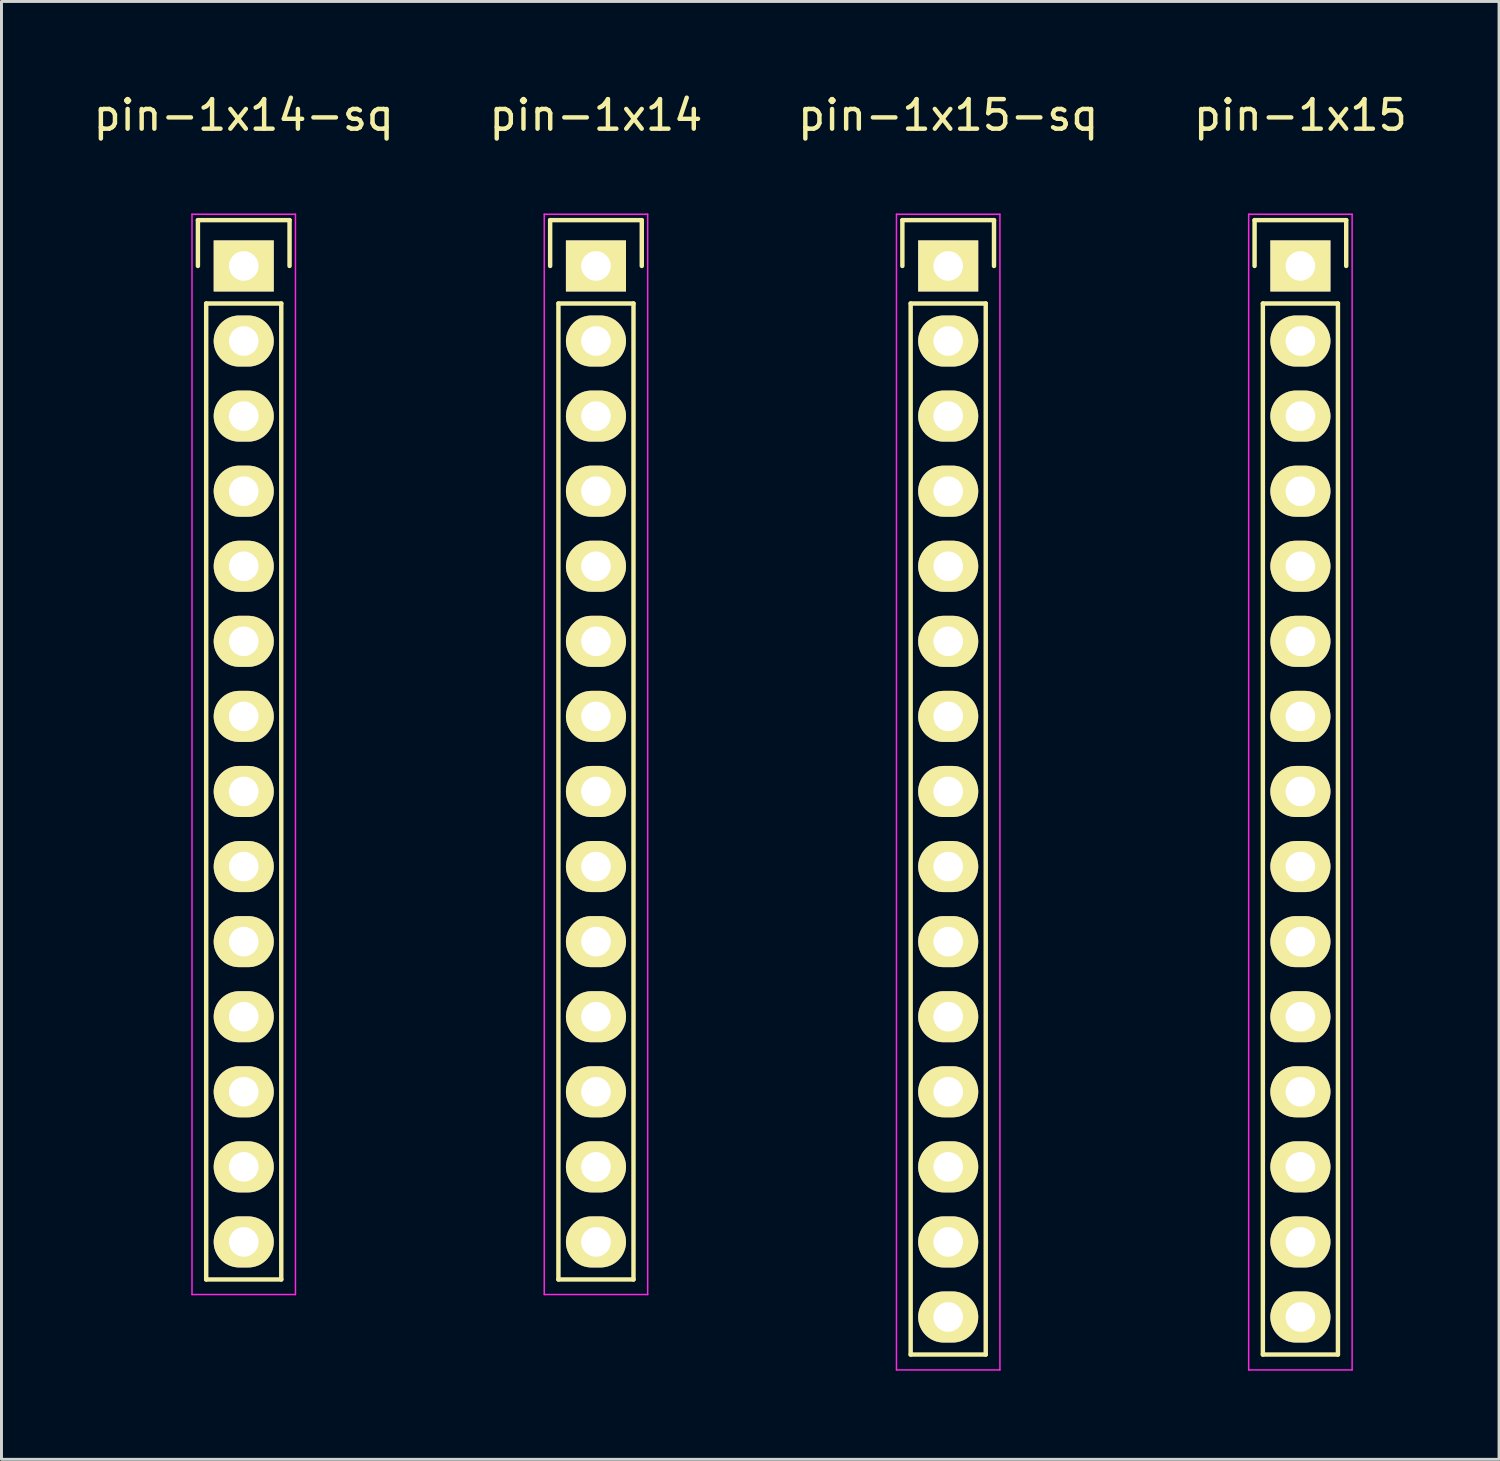
<source format=kicad_pcb>
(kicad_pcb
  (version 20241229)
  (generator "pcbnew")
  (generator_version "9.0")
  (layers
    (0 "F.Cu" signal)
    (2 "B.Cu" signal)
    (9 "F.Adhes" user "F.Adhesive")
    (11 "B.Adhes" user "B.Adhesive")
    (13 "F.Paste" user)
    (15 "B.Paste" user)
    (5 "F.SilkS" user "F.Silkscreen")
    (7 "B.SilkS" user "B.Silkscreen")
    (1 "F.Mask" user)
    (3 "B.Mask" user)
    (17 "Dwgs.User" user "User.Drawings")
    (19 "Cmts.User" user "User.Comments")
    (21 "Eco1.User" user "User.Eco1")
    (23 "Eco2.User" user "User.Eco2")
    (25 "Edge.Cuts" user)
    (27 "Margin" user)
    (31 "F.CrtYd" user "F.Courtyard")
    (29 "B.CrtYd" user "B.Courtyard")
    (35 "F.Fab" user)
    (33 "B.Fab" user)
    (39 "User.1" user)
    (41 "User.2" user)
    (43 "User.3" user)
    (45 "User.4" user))
  (footprint "pin-1x15"
    (layer "F.Cu")
    (at 40.946 5.948)
    (property "Reference" "pin-1x15" (at 0 -5.1 0) (layer "F.SilkS") (effects (font (size 1 1) (thickness 0.15))))
    (attr through_hole)
    (fp_line (start -1.55 -1.55) (end 1.55 -1.55) (stroke (width 0.15) (type solid)) (layer "F.SilkS"))
    (fp_line (start -1.55 0) (end -1.55 -1.55) (stroke (width 0.15) (type solid)) (layer "F.SilkS"))
    (fp_line (start -1.27 1.27) (end -1.27 36.83) (stroke (width 0.15) (type solid)) (layer "F.SilkS"))
    (fp_line (start -1.27 36.83) (end 1.27 36.83) (stroke (width 0.15) (type solid)) (layer "F.SilkS"))
    (fp_line (start 1.27 1.27) (end -1.27 1.27) (stroke (width 0.15) (type solid)) (layer "F.SilkS"))
    (fp_line (start 1.27 36.83) (end 1.27 1.27) (stroke (width 0.15) (type solid)) (layer "F.SilkS"))
    (fp_line (start 1.55 -1.55) (end 1.55 0) (stroke (width 0.15) (type solid)) (layer "F.SilkS"))
    (fp_line (start -1.75 -1.75) (end -1.75 37.35) (stroke (width 0.05) (type solid)) (layer "F.CrtYd"))
    (fp_line (start -1.75 -1.75) (end 1.75 -1.75) (stroke (width 0.05) (type solid)) (layer "F.CrtYd"))
    (fp_line (start -1.75 37.35) (end 1.75 37.35) (stroke (width 0.05) (type solid)) (layer "F.CrtYd"))
    (fp_line (start 1.75 -1.75) (end 1.75 37.35) (stroke (width 0.05) (type solid)) (layer "F.CrtYd"))
    (pad "1" thru_hole rect (at 0 0) (size 2.032 1.727) (drill 1) (layers "*.Cu" "*.Mask" "F.SilkS"))
    (pad "2" thru_hole oval (at 0 2.54) (size 2.032 1.727) (drill 1) (layers "*.Cu" "*.Mask" "F.SilkS"))
    (pad "3" thru_hole oval (at 0 5.08) (size 2.032 1.727) (drill 1) (layers "*.Cu" "*.Mask" "F.SilkS"))
    (pad "4" thru_hole oval (at 0 7.62) (size 2.032 1.727) (drill 1) (layers "*.Cu" "*.Mask" "F.SilkS"))
    (pad "5" thru_hole oval (at 0 10.16) (size 2.032 1.727) (drill 1) (layers "*.Cu" "*.Mask" "F.SilkS"))
    (pad "6" thru_hole oval (at 0 12.7) (size 2.032 1.727) (drill 1) (layers "*.Cu" "*.Mask" "F.SilkS"))
    (pad "7" thru_hole oval (at 0 15.24) (size 2.032 1.727) (drill 1) (layers "*.Cu" "*.Mask" "F.SilkS"))
    (pad "8" thru_hole oval (at 0 17.78) (size 2.032 1.727) (drill 1) (layers "*.Cu" "*.Mask" "F.SilkS"))
    (pad "9" thru_hole oval (at 0 20.32) (size 2.032 1.727) (drill 1) (layers "*.Cu" "*.Mask" "F.SilkS"))
    (pad "10" thru_hole oval (at 0 22.86) (size 2.032 1.727) (drill 1) (layers "*.Cu" "*.Mask" "F.SilkS"))
    (pad "11" thru_hole oval (at 0 25.4) (size 2.032 1.727) (drill 1) (layers "*.Cu" "*.Mask" "F.SilkS"))
    (pad "12" thru_hole oval (at 0 27.94) (size 2.032 1.727) (drill 1) (layers "*.Cu" "*.Mask" "F.SilkS"))
    (pad "13" thru_hole oval (at 0 30.48) (size 2.032 1.727) (drill 1) (layers "*.Cu" "*.Mask" "F.SilkS"))
    (pad "14" thru_hole oval (at 0 33.02) (size 2.032 1.727) (drill 1) (layers "*.Cu" "*.Mask" "F.SilkS"))
    (pad "15" thru_hole oval (at 0 35.56) (size 2.032 1.727) (drill 1) (layers "*.Cu" "*.Mask" "F.SilkS")))
  (footprint "pin-1x15-sq"
    (layer "F.Cu")
    (at 29.03 5.948)
    (property "Reference" "pin-1x15-sq" (at 0 -5.1 0) (layer "F.SilkS") (effects (font (size 1 1) (thickness 0.15))))
    (attr through_hole)
    (fp_line (start -1.55 -1.55) (end 1.55 -1.55) (stroke (width 0.15) (type solid)) (layer "F.SilkS"))
    (fp_line (start -1.55 0) (end -1.55 -1.55) (stroke (width 0.15) (type solid)) (layer "F.SilkS"))
    (fp_line (start -1.27 1.27) (end -1.27 36.83) (stroke (width 0.15) (type solid)) (layer "F.SilkS"))
    (fp_line (start -1.27 36.83) (end 1.27 36.83) (stroke (width 0.15) (type solid)) (layer "F.SilkS"))
    (fp_line (start 1.27 1.27) (end -1.27 1.27) (stroke (width 0.15) (type solid)) (layer "F.SilkS"))
    (fp_line (start 1.27 36.83) (end 1.27 1.27) (stroke (width 0.15) (type solid)) (layer "F.SilkS"))
    (fp_line (start 1.55 -1.55) (end 1.55 0) (stroke (width 0.15) (type solid)) (layer "F.SilkS"))
    (fp_line (start -1.75 -1.75) (end -1.75 37.35) (stroke (width 0.05) (type solid)) (layer "F.CrtYd"))
    (fp_line (start -1.75 -1.75) (end 1.75 -1.75) (stroke (width 0.05) (type solid)) (layer "F.CrtYd"))
    (fp_line (start -1.75 37.35) (end 1.75 37.35) (stroke (width 0.05) (type solid)) (layer "F.CrtYd"))
    (fp_line (start 1.75 -1.75) (end 1.75 37.35) (stroke (width 0.05) (type solid)) (layer "F.CrtYd"))
    (pad "1" thru_hole rect (at 0 0) (size 2.032 1.727) (drill 1) (layers "*.Cu" "*.Mask" "F.SilkS"))
    (pad "2" thru_hole oval (at 0 2.54) (size 2.032 1.727) (drill 1) (layers "*.Cu" "*.Mask" "F.SilkS"))
    (pad "3" thru_hole oval (at 0 5.08) (size 2.032 1.727) (drill 1) (layers "*.Cu" "*.Mask" "F.SilkS"))
    (pad "4" thru_hole oval (at 0 7.62) (size 2.032 1.727) (drill 1) (layers "*.Cu" "*.Mask" "F.SilkS"))
    (pad "5" thru_hole oval (at 0 10.16) (size 2.032 1.727) (drill 1) (layers "*.Cu" "*.Mask" "F.SilkS"))
    (pad "6" thru_hole oval (at 0 12.7) (size 2.032 1.727) (drill 1) (layers "*.Cu" "*.Mask" "F.SilkS"))
    (pad "7" thru_hole oval (at 0 15.24) (size 2.032 1.727) (drill 1) (layers "*.Cu" "*.Mask" "F.SilkS"))
    (pad "8" thru_hole oval (at 0 17.78) (size 2.032 1.727) (drill 1) (layers "*.Cu" "*.Mask" "F.SilkS"))
    (pad "9" thru_hole oval (at 0 20.32) (size 2.032 1.727) (drill 1) (layers "*.Cu" "*.Mask" "F.SilkS"))
    (pad "10" thru_hole oval (at 0 22.86) (size 2.032 1.727) (drill 1) (layers "*.Cu" "*.Mask" "F.SilkS"))
    (pad "11" thru_hole oval (at 0 25.4) (size 2.032 1.727) (drill 1) (layers "*.Cu" "*.Mask" "F.SilkS"))
    (pad "12" thru_hole oval (at 0 27.94) (size 2.032 1.727) (drill 1) (layers "*.Cu" "*.Mask" "F.SilkS"))
    (pad "13" thru_hole oval (at 0 30.48) (size 2.032 1.727) (drill 1) (layers "*.Cu" "*.Mask" "F.SilkS"))
    (pad "14" thru_hole oval (at 0 33.02) (size 2.032 1.727) (drill 1) (layers "*.Cu" "*.Mask" "F.SilkS"))
    (pad "15" thru_hole oval (at 0 35.56) (size 2.032 1.727) (drill 1) (layers "*.Cu" "*.Mask" "F.SilkS")))
  (footprint "pin-1x14-sq"
    (layer "F.Cu")
    (at 5.196 5.948)
    (property "Reference" "pin-1x14-sq" (at 0 -5.1 0) (layer "F.SilkS") (effects (font (size 1 1) (thickness 0.15))))
    (attr through_hole)
    (fp_line (start -1.55 -1.55) (end 1.55 -1.55) (stroke (width 0.15) (type solid)) (layer "F.SilkS"))
    (fp_line (start -1.55 0) (end -1.55 -1.55) (stroke (width 0.15) (type solid)) (layer "F.SilkS"))
    (fp_line (start -1.27 1.27) (end -1.27 34.29) (stroke (width 0.15) (type solid)) (layer "F.SilkS"))
    (fp_line (start -1.27 34.29) (end 1.27 34.29) (stroke (width 0.15) (type solid)) (layer "F.SilkS"))
    (fp_line (start 1.27 1.27) (end -1.27 1.27) (stroke (width 0.15) (type solid)) (layer "F.SilkS"))
    (fp_line (start 1.27 34.29) (end 1.27 1.27) (stroke (width 0.15) (type solid)) (layer "F.SilkS"))
    (fp_line (start 1.55 -1.55) (end 1.55 0) (stroke (width 0.15) (type solid)) (layer "F.SilkS"))
    (fp_line (start -1.75 -1.75) (end -1.75 34.8) (stroke (width 0.05) (type solid)) (layer "F.CrtYd"))
    (fp_line (start -1.75 -1.75) (end 1.75 -1.75) (stroke (width 0.05) (type solid)) (layer "F.CrtYd"))
    (fp_line (start -1.75 34.8) (end 1.75 34.8) (stroke (width 0.05) (type solid)) (layer "F.CrtYd"))
    (fp_line (start 1.75 -1.75) (end 1.75 34.8) (stroke (width 0.05) (type solid)) (layer "F.CrtYd"))
    (pad "1" thru_hole rect (at 0 0) (size 2.032 1.727) (drill 1) (layers "*.Cu" "*.Mask" "F.SilkS"))
    (pad "2" thru_hole oval (at 0 2.54) (size 2.032 1.727) (drill 1) (layers "*.Cu" "*.Mask" "F.SilkS"))
    (pad "3" thru_hole oval (at 0 5.08) (size 2.032 1.727) (drill 1) (layers "*.Cu" "*.Mask" "F.SilkS"))
    (pad "4" thru_hole oval (at 0 7.62) (size 2.032 1.727) (drill 1) (layers "*.Cu" "*.Mask" "F.SilkS"))
    (pad "5" thru_hole oval (at 0 10.16) (size 2.032 1.727) (drill 1) (layers "*.Cu" "*.Mask" "F.SilkS"))
    (pad "6" thru_hole oval (at 0 12.7) (size 2.032 1.727) (drill 1) (layers "*.Cu" "*.Mask" "F.SilkS"))
    (pad "7" thru_hole oval (at 0 15.24) (size 2.032 1.727) (drill 1) (layers "*.Cu" "*.Mask" "F.SilkS"))
    (pad "8" thru_hole oval (at 0 17.78) (size 2.032 1.727) (drill 1) (layers "*.Cu" "*.Mask" "F.SilkS"))
    (pad "9" thru_hole oval (at 0 20.32) (size 2.032 1.727) (drill 1) (layers "*.Cu" "*.Mask" "F.SilkS"))
    (pad "10" thru_hole oval (at 0 22.86) (size 2.032 1.727) (drill 1) (layers "*.Cu" "*.Mask" "F.SilkS"))
    (pad "11" thru_hole oval (at 0 25.4) (size 2.032 1.727) (drill 1) (layers "*.Cu" "*.Mask" "F.SilkS"))
    (pad "12" thru_hole oval (at 0 27.94) (size 2.032 1.727) (drill 1) (layers "*.Cu" "*.Mask" "F.SilkS"))
    (pad "13" thru_hole oval (at 0 30.48) (size 2.032 1.727) (drill 1) (layers "*.Cu" "*.Mask" "F.SilkS"))
    (pad "14" thru_hole oval (at 0 33.02) (size 2.032 1.727) (drill 1) (layers "*.Cu" "*.Mask" "F.SilkS")))
  (footprint "pin-1x14"
    (layer "F.Cu")
    (at 17.113 5.948)
    (property "Reference" "pin-1x14" (at 0 -5.1 0) (layer "F.SilkS") (effects (font (size 1 1) (thickness 0.15))))
    (attr through_hole)
    (fp_line (start -1.55 -1.55) (end 1.55 -1.55) (stroke (width 0.15) (type solid)) (layer "F.SilkS"))
    (fp_line (start -1.55 0) (end -1.55 -1.55) (stroke (width 0.15) (type solid)) (layer "F.SilkS"))
    (fp_line (start -1.27 1.27) (end -1.27 34.29) (stroke (width 0.15) (type solid)) (layer "F.SilkS"))
    (fp_line (start -1.27 34.29) (end 1.27 34.29) (stroke (width 0.15) (type solid)) (layer "F.SilkS"))
    (fp_line (start 1.27 1.27) (end -1.27 1.27) (stroke (width 0.15) (type solid)) (layer "F.SilkS"))
    (fp_line (start 1.27 34.29) (end 1.27 1.27) (stroke (width 0.15) (type solid)) (layer "F.SilkS"))
    (fp_line (start 1.55 -1.55) (end 1.55 0) (stroke (width 0.15) (type solid)) (layer "F.SilkS"))
    (fp_line (start -1.75 -1.75) (end -1.75 34.8) (stroke (width 0.05) (type solid)) (layer "F.CrtYd"))
    (fp_line (start -1.75 -1.75) (end 1.75 -1.75) (stroke (width 0.05) (type solid)) (layer "F.CrtYd"))
    (fp_line (start -1.75 34.8) (end 1.75 34.8) (stroke (width 0.05) (type solid)) (layer "F.CrtYd"))
    (fp_line (start 1.75 -1.75) (end 1.75 34.8) (stroke (width 0.05) (type solid)) (layer "F.CrtYd"))
    (pad "1" thru_hole rect (at 0 0) (size 2.032 1.727) (drill 1) (layers "*.Cu" "*.Mask" "F.SilkS"))
    (pad "2" thru_hole oval (at 0 2.54) (size 2.032 1.727) (drill 1) (layers "*.Cu" "*.Mask" "F.SilkS"))
    (pad "3" thru_hole oval (at 0 5.08) (size 2.032 1.727) (drill 1) (layers "*.Cu" "*.Mask" "F.SilkS"))
    (pad "4" thru_hole oval (at 0 7.62) (size 2.032 1.727) (drill 1) (layers "*.Cu" "*.Mask" "F.SilkS"))
    (pad "5" thru_hole oval (at 0 10.16) (size 2.032 1.727) (drill 1) (layers "*.Cu" "*.Mask" "F.SilkS"))
    (pad "6" thru_hole oval (at 0 12.7) (size 2.032 1.727) (drill 1) (layers "*.Cu" "*.Mask" "F.SilkS"))
    (pad "7" thru_hole oval (at 0 15.24) (size 2.032 1.727) (drill 1) (layers "*.Cu" "*.Mask" "F.SilkS"))
    (pad "8" thru_hole oval (at 0 17.78) (size 2.032 1.727) (drill 1) (layers "*.Cu" "*.Mask" "F.SilkS"))
    (pad "9" thru_hole oval (at 0 20.32) (size 2.032 1.727) (drill 1) (layers "*.Cu" "*.Mask" "F.SilkS"))
    (pad "10" thru_hole oval (at 0 22.86) (size 2.032 1.727) (drill 1) (layers "*.Cu" "*.Mask" "F.SilkS"))
    (pad "11" thru_hole oval (at 0 25.4) (size 2.032 1.727) (drill 1) (layers "*.Cu" "*.Mask" "F.SilkS"))
    (pad "12" thru_hole oval (at 0 27.94) (size 2.032 1.727) (drill 1) (layers "*.Cu" "*.Mask" "F.SilkS"))
    (pad "13" thru_hole oval (at 0 30.48) (size 2.032 1.727) (drill 1) (layers "*.Cu" "*.Mask" "F.SilkS"))
    (pad "14" thru_hole oval (at 0 33.02) (size 2.032 1.727) (drill 1) (layers "*.Cu" "*.Mask" "F.SilkS")))
  (gr_rect
    (start -3 -3)
    (end 47.667 46.323)
    (stroke (width 0.1) (type default))
    (fill no)
    (layer "Edge.Cuts")))
</source>
